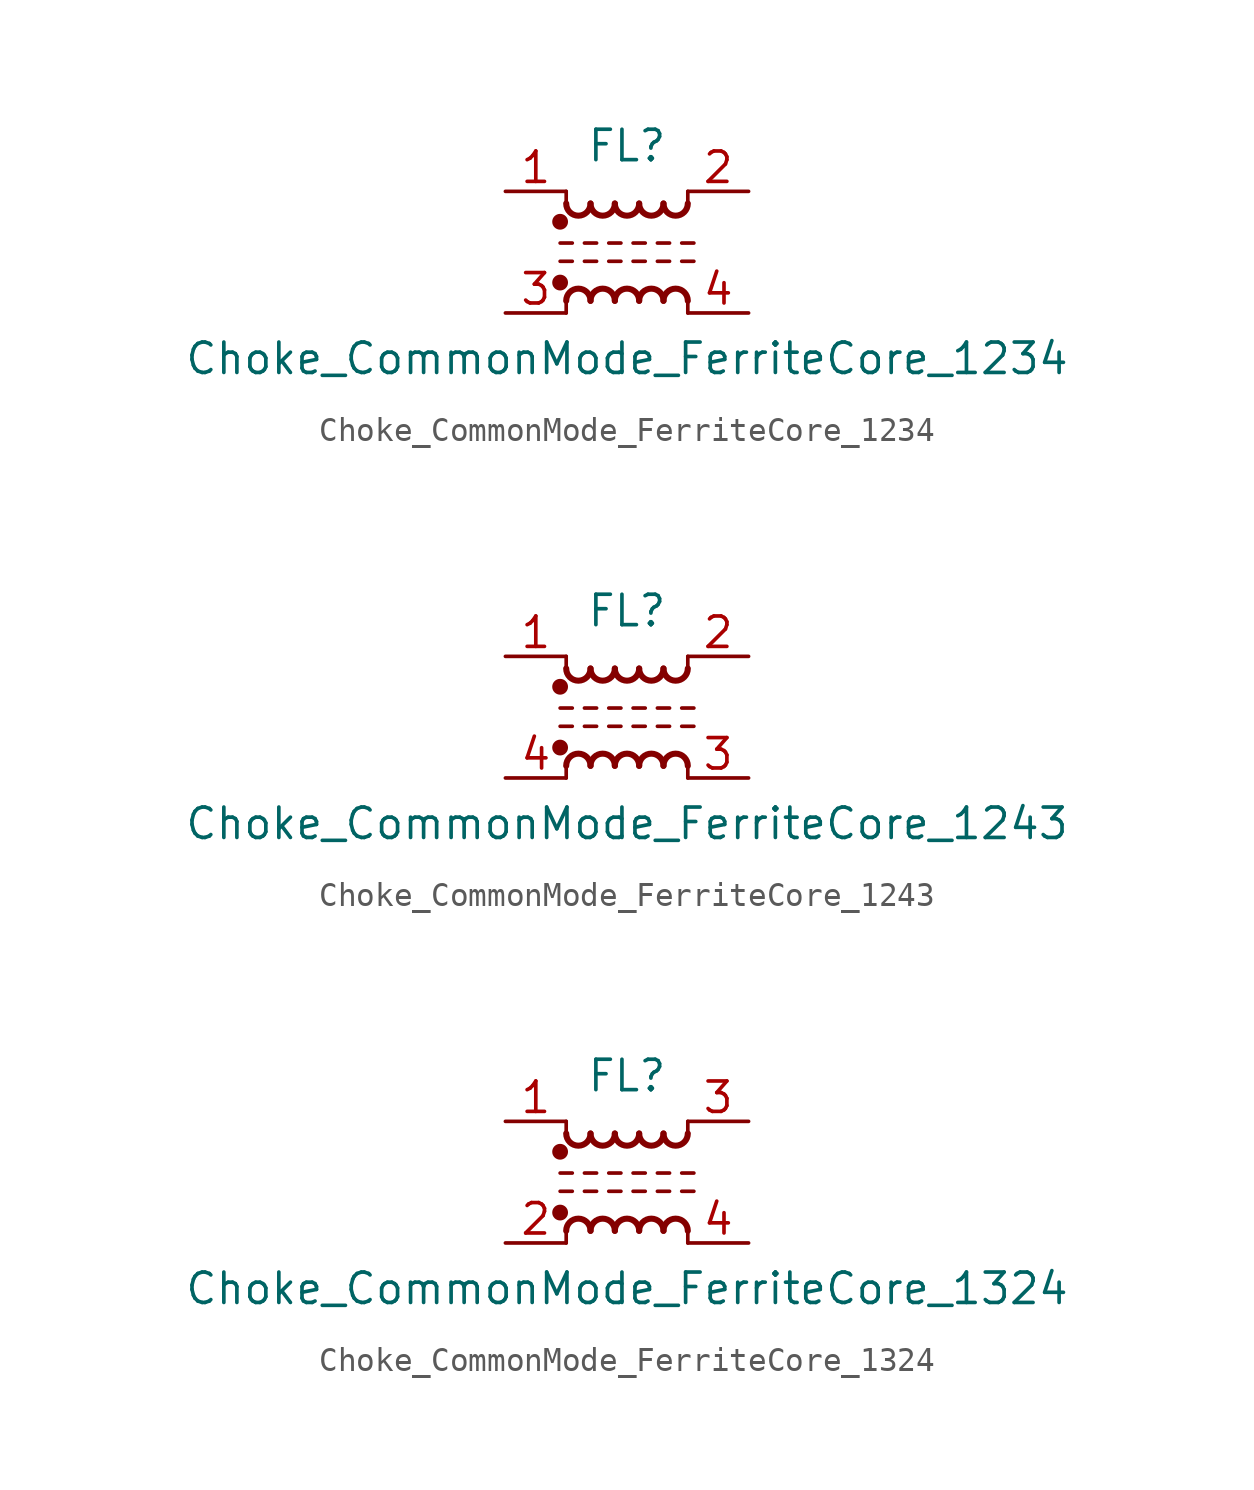
<source format=kicad_sym>
(kicad_symbol_lib
  (version 20231120)
  (generator "kicad_symbol_editor")
  (generator_version "8.0")
  (symbol "Choke_CommonMode_FerriteCore_1234"
    (pin_names
      (offset 0.254) hide)
    (property "Reference" "FL"
      (at 0 4.445 0)
      (effects (font (size 1.27 1.27))))
    (property "Value" "Choke_CommonMode_FerriteCore_1234"
      (at 0 -4.445 0)
      (effects (font (size 1.27 1.27))))
    (symbol "Choke_CommonMode_FerriteCore_1234_0_1"
      (circle (center -2.794 -1.27) (radius 0.254) (stroke (width 0) (type default)) (fill (type outline)))
      (circle (center -2.794 1.27) (radius 0.254) (stroke (width 0) (type default)) (fill (type outline)))
      (arc (start -2.54 2.032) (mid -2.032 1.5262) (end -1.524 2.032) (stroke (width 0.254) (type default)) (fill (type none)))
      (arc (start -1.524 -2.032) (mid -2.032 -1.5262) (end -2.54 -2.032) (stroke (width 0.254) (type default)) (fill (type none)))
      (arc (start -1.524 2.032) (mid -1.016 1.5262) (end -0.508 2.032) (stroke (width 0.254) (type default)) (fill (type none)))
      (arc (start -0.508 -2.032) (mid -1.016 -1.5262) (end -1.524 -2.032) (stroke (width 0.254) (type default)) (fill (type none)))
      (arc (start -0.508 2.032) (mid 0 1.5262) (end 0.508 2.032) (stroke (width 0.254) (type default)) (fill (type none)))
      (polyline (pts (xy -2.794 -0.381) (xy -2.286 -0.381)) (stroke (width 0) (type default)) (fill (type none)))
      (polyline (pts (xy -2.794 0.381) (xy -2.286 0.381)) (stroke (width 0) (type default)) (fill (type none)))
      (polyline (pts (xy -2.54 -2.032) (xy -2.54 -2.54)) (stroke (width 0) (type default)) (fill (type none)))
      (polyline (pts (xy -2.54 2.032) (xy -2.54 2.54)) (stroke (width 0) (type default)) (fill (type none)))
      (polyline (pts (xy -1.778 -0.381) (xy -1.27 -0.381)) (stroke (width 0) (type default)) (fill (type none)))
      (polyline (pts (xy -1.778 0.381) (xy -1.27 0.381)) (stroke (width 0) (type default)) (fill (type none)))
      (polyline (pts (xy -0.762 -0.381) (xy -0.254 -0.381)) (stroke (width 0) (type default)) (fill (type none)))
      (polyline (pts (xy -0.762 0.381) (xy -0.254 0.381)) (stroke (width 0) (type default)) (fill (type none)))
      (polyline (pts (xy 0.254 -0.381) (xy 0.762 -0.381)) (stroke (width 0) (type default)) (fill (type none)))
      (polyline (pts (xy 0.254 0.381) (xy 0.762 0.381)) (stroke (width 0) (type default)) (fill (type none)))
      (polyline (pts (xy 1.27 -0.381) (xy 1.778 -0.381)) (stroke (width 0) (type default)) (fill (type none)))
      (polyline (pts (xy 1.27 0.381) (xy 1.778 0.381)) (stroke (width 0) (type default)) (fill (type none)))
      (polyline (pts (xy 2.286 -0.381) (xy 2.794 -0.381)) (stroke (width 0) (type default)) (fill (type none)))
      (polyline (pts (xy 2.286 0.381) (xy 2.794 0.381)) (stroke (width 0) (type default)) (fill (type none)))
      (polyline (pts (xy 2.54 -2.032) (xy 2.54 -2.54)) (stroke (width 0) (type default)) (fill (type none)))
      (polyline (pts (xy 2.54 2.54) (xy 2.54 2.032)) (stroke (width 0) (type default)) (fill (type none)))
      (arc (start 0.508 -2.032) (mid 0 -1.5262) (end -0.508 -2.032) (stroke (width 0.254) (type default)) (fill (type none)))
      (arc (start 0.508 2.032) (mid 1.016 1.5262) (end 1.524 2.032) (stroke (width 0.254) (type default)) (fill (type none)))
      (arc (start 1.524 -2.032) (mid 1.016 -1.5262) (end 0.508 -2.032) (stroke (width 0.254) (type default)) (fill (type none)))
      (arc (start 1.524 2.032) (mid 2.032 1.5262) (end 2.54 2.032) (stroke (width 0.254) (type default)) (fill (type none)))
      (arc (start 2.54 -2.032) (mid 2.032 -1.5262) (end 1.524 -2.032) (stroke (width 0.254) (type default)) (fill (type none))))
    (symbol "Choke_CommonMode_FerriteCore_1234_1_1"
      (pin passive line (at -5.08 2.54 0) (length 2.54) (name "1" (effects (font (size 1.27 1.27)))) (number "1" (effects (font (size 1.27 1.27)))))
      (pin passive line (at 5.08 2.54 180) (length 2.54) (name "2" (effects (font (size 1.27 1.27)))) (number "2" (effects (font (size 1.27 1.27)))))
      (pin passive line (at -5.08 -2.54 0) (length 2.54) (name "3" (effects (font (size 1.27 1.27)))) (number "3" (effects (font (size 1.27 1.27)))))
      (pin passive line (at 5.08 -2.54 180) (length 2.54) (name "4" (effects (font (size 1.27 1.27)))) (number "4" (effects (font (size 1.27 1.27)))))))
  (symbol "Choke_CommonMode_FerriteCore_1243"
    (pin_names
      (offset 0.254) hide)
    (property "Reference" "FL"
      (at 0 4.445 0)
      (effects (font (size 1.27 1.27))))
    (property "Value" "Choke_CommonMode_FerriteCore_1243"
      (at 0 -4.445 0)
      (effects (font (size 1.27 1.27))))
    (symbol "Choke_CommonMode_FerriteCore_1243_0_1"
      (circle (center -2.794 -1.27) (radius 0.254) (stroke (width 0) (type default)) (fill (type outline)))
      (circle (center -2.794 1.27) (radius 0.254) (stroke (width 0) (type default)) (fill (type outline)))
      (arc (start -2.54 2.032) (mid -2.032 1.5262) (end -1.524 2.032) (stroke (width 0.254) (type default)) (fill (type none)))
      (arc (start -1.524 -2.032) (mid -2.032 -1.5262) (end -2.54 -2.032) (stroke (width 0.254) (type default)) (fill (type none)))
      (arc (start -1.524 2.032) (mid -1.016 1.5262) (end -0.508 2.032) (stroke (width 0.254) (type default)) (fill (type none)))
      (arc (start -0.508 -2.032) (mid -1.016 -1.5262) (end -1.524 -2.032) (stroke (width 0.254) (type default)) (fill (type none)))
      (arc (start -0.508 2.032) (mid 0 1.5262) (end 0.508 2.032) (stroke (width 0.254) (type default)) (fill (type none)))
      (polyline (pts (xy -2.794 -0.381) (xy -2.286 -0.381)) (stroke (width 0) (type default)) (fill (type none)))
      (polyline (pts (xy -2.794 0.381) (xy -2.286 0.381)) (stroke (width 0) (type default)) (fill (type none)))
      (polyline (pts (xy -2.54 -2.032) (xy -2.54 -2.54)) (stroke (width 0) (type default)) (fill (type none)))
      (polyline (pts (xy -2.54 2.032) (xy -2.54 2.54)) (stroke (width 0) (type default)) (fill (type none)))
      (polyline (pts (xy -1.778 -0.381) (xy -1.27 -0.381)) (stroke (width 0) (type default)) (fill (type none)))
      (polyline (pts (xy -1.778 0.381) (xy -1.27 0.381)) (stroke (width 0) (type default)) (fill (type none)))
      (polyline (pts (xy -0.762 -0.381) (xy -0.254 -0.381)) (stroke (width 0) (type default)) (fill (type none)))
      (polyline (pts (xy -0.762 0.381) (xy -0.254 0.381)) (stroke (width 0) (type default)) (fill (type none)))
      (polyline (pts (xy 0.254 -0.381) (xy 0.762 -0.381)) (stroke (width 0) (type default)) (fill (type none)))
      (polyline (pts (xy 0.254 0.381) (xy 0.762 0.381)) (stroke (width 0) (type default)) (fill (type none)))
      (polyline (pts (xy 1.27 -0.381) (xy 1.778 -0.381)) (stroke (width 0) (type default)) (fill (type none)))
      (polyline (pts (xy 1.27 0.381) (xy 1.778 0.381)) (stroke (width 0) (type default)) (fill (type none)))
      (polyline (pts (xy 2.286 -0.381) (xy 2.794 -0.381)) (stroke (width 0) (type default)) (fill (type none)))
      (polyline (pts (xy 2.286 0.381) (xy 2.794 0.381)) (stroke (width 0) (type default)) (fill (type none)))
      (polyline (pts (xy 2.54 -2.032) (xy 2.54 -2.54)) (stroke (width 0) (type default)) (fill (type none)))
      (polyline (pts (xy 2.54 2.54) (xy 2.54 2.032)) (stroke (width 0) (type default)) (fill (type none)))
      (arc (start 0.508 -2.032) (mid 0 -1.5262) (end -0.508 -2.032) (stroke (width 0.254) (type default)) (fill (type none)))
      (arc (start 0.508 2.032) (mid 1.016 1.5262) (end 1.524 2.032) (stroke (width 0.254) (type default)) (fill (type none)))
      (arc (start 1.524 -2.032) (mid 1.016 -1.5262) (end 0.508 -2.032) (stroke (width 0.254) (type default)) (fill (type none)))
      (arc (start 1.524 2.032) (mid 2.032 1.5262) (end 2.54 2.032) (stroke (width 0.254) (type default)) (fill (type none)))
      (arc (start 2.54 -2.032) (mid 2.032 -1.5262) (end 1.524 -2.032) (stroke (width 0.254) (type default)) (fill (type none))))
    (symbol "Choke_CommonMode_FerriteCore_1243_1_1"
      (pin passive line (at -5.08 2.54 0) (length 2.54) (name "1" (effects (font (size 1.27 1.27)))) (number "1" (effects (font (size 1.27 1.27)))))
      (pin passive line (at 5.08 2.54 180) (length 2.54) (name "2" (effects (font (size 1.27 1.27)))) (number "2" (effects (font (size 1.27 1.27)))))
      (pin passive line (at 5.08 -2.54 180) (length 2.54) (name "3" (effects (font (size 1.27 1.27)))) (number "3" (effects (font (size 1.27 1.27)))))
      (pin passive line (at -5.08 -2.54 0) (length 2.54) (name "4" (effects (font (size 1.27 1.27)))) (number "4" (effects (font (size 1.27 1.27)))))))
  (symbol "Choke_CommonMode_FerriteCore_1324"
    (pin_names
      (offset 0.254) hide)
    (property "Reference" "FL"
      (at 0 4.445 0)
      (effects (font (size 1.27 1.27))))
    (property "Value" "Choke_CommonMode_FerriteCore_1324"
      (at 0 -4.445 0)
      (effects (font (size 1.27 1.27))))
    (symbol "Choke_CommonMode_FerriteCore_1324_0_1"
      (circle (center -2.794 -1.27) (radius 0.254) (stroke (width 0) (type default)) (fill (type outline)))
      (circle (center -2.794 1.27) (radius 0.254) (stroke (width 0) (type default)) (fill (type outline)))
      (arc (start -2.54 2.032) (mid -2.032 1.5262) (end -1.524 2.032) (stroke (width 0.254) (type default)) (fill (type none)))
      (arc (start -1.524 -2.032) (mid -2.032 -1.5262) (end -2.54 -2.032) (stroke (width 0.254) (type default)) (fill (type none)))
      (arc (start -1.524 2.032) (mid -1.016 1.5262) (end -0.508 2.032) (stroke (width 0.254) (type default)) (fill (type none)))
      (arc (start -0.508 -2.032) (mid -1.016 -1.5262) (end -1.524 -2.032) (stroke (width 0.254) (type default)) (fill (type none)))
      (arc (start -0.508 2.032) (mid 0 1.5262) (end 0.508 2.032) (stroke (width 0.254) (type default)) (fill (type none)))
      (polyline (pts (xy -2.794 -0.381) (xy -2.286 -0.381)) (stroke (width 0) (type default)) (fill (type none)))
      (polyline (pts (xy -2.794 0.381) (xy -2.286 0.381)) (stroke (width 0) (type default)) (fill (type none)))
      (polyline (pts (xy -2.54 -2.032) (xy -2.54 -2.54)) (stroke (width 0) (type default)) (fill (type none)))
      (polyline (pts (xy -2.54 2.032) (xy -2.54 2.54)) (stroke (width 0) (type default)) (fill (type none)))
      (polyline (pts (xy -1.778 -0.381) (xy -1.27 -0.381)) (stroke (width 0) (type default)) (fill (type none)))
      (polyline (pts (xy -1.778 0.381) (xy -1.27 0.381)) (stroke (width 0) (type default)) (fill (type none)))
      (polyline (pts (xy -0.762 -0.381) (xy -0.254 -0.381)) (stroke (width 0) (type default)) (fill (type none)))
      (polyline (pts (xy -0.762 0.381) (xy -0.254 0.381)) (stroke (width 0) (type default)) (fill (type none)))
      (polyline (pts (xy 0.254 -0.381) (xy 0.762 -0.381)) (stroke (width 0) (type default)) (fill (type none)))
      (polyline (pts (xy 0.254 0.381) (xy 0.762 0.381)) (stroke (width 0) (type default)) (fill (type none)))
      (polyline (pts (xy 1.27 -0.381) (xy 1.778 -0.381)) (stroke (width 0) (type default)) (fill (type none)))
      (polyline (pts (xy 1.27 0.381) (xy 1.778 0.381)) (stroke (width 0) (type default)) (fill (type none)))
      (polyline (pts (xy 2.286 -0.381) (xy 2.794 -0.381)) (stroke (width 0) (type default)) (fill (type none)))
      (polyline (pts (xy 2.286 0.381) (xy 2.794 0.381)) (stroke (width 0) (type default)) (fill (type none)))
      (polyline (pts (xy 2.54 -2.032) (xy 2.54 -2.54)) (stroke (width 0) (type default)) (fill (type none)))
      (polyline (pts (xy 2.54 2.54) (xy 2.54 2.032)) (stroke (width 0) (type default)) (fill (type none)))
      (arc (start 0.508 -2.032) (mid 0 -1.5262) (end -0.508 -2.032) (stroke (width 0.254) (type default)) (fill (type none)))
      (arc (start 0.508 2.032) (mid 1.016 1.5262) (end 1.524 2.032) (stroke (width 0.254) (type default)) (fill (type none)))
      (arc (start 1.524 -2.032) (mid 1.016 -1.5262) (end 0.508 -2.032) (stroke (width 0.254) (type default)) (fill (type none)))
      (arc (start 1.524 2.032) (mid 2.032 1.5262) (end 2.54 2.032) (stroke (width 0.254) (type default)) (fill (type none)))
      (arc (start 2.54 -2.032) (mid 2.032 -1.5262) (end 1.524 -2.032) (stroke (width 0.254) (type default)) (fill (type none))))
    (symbol "Choke_CommonMode_FerriteCore_1324_1_1"
      (pin passive line (at -5.08 2.54 0) (length 2.54) (name "1" (effects (font (size 1.27 1.27)))) (number "1" (effects (font (size 1.27 1.27)))))
      (pin passive line (at -5.08 -2.54 0) (length 2.54) (name "2" (effects (font (size 1.27 1.27)))) (number "2" (effects (font (size 1.27 1.27)))))
      (pin passive line (at 5.08 2.54 180) (length 2.54) (name "3" (effects (font (size 1.27 1.27)))) (number "3" (effects (font (size 1.27 1.27)))))
      (pin passive line (at 5.08 -2.54 180) (length 2.54) (name "4" (effects (font (size 1.27 1.27)))) (number "4" (effects (font (size 1.27 1.27))))))))
</source>
